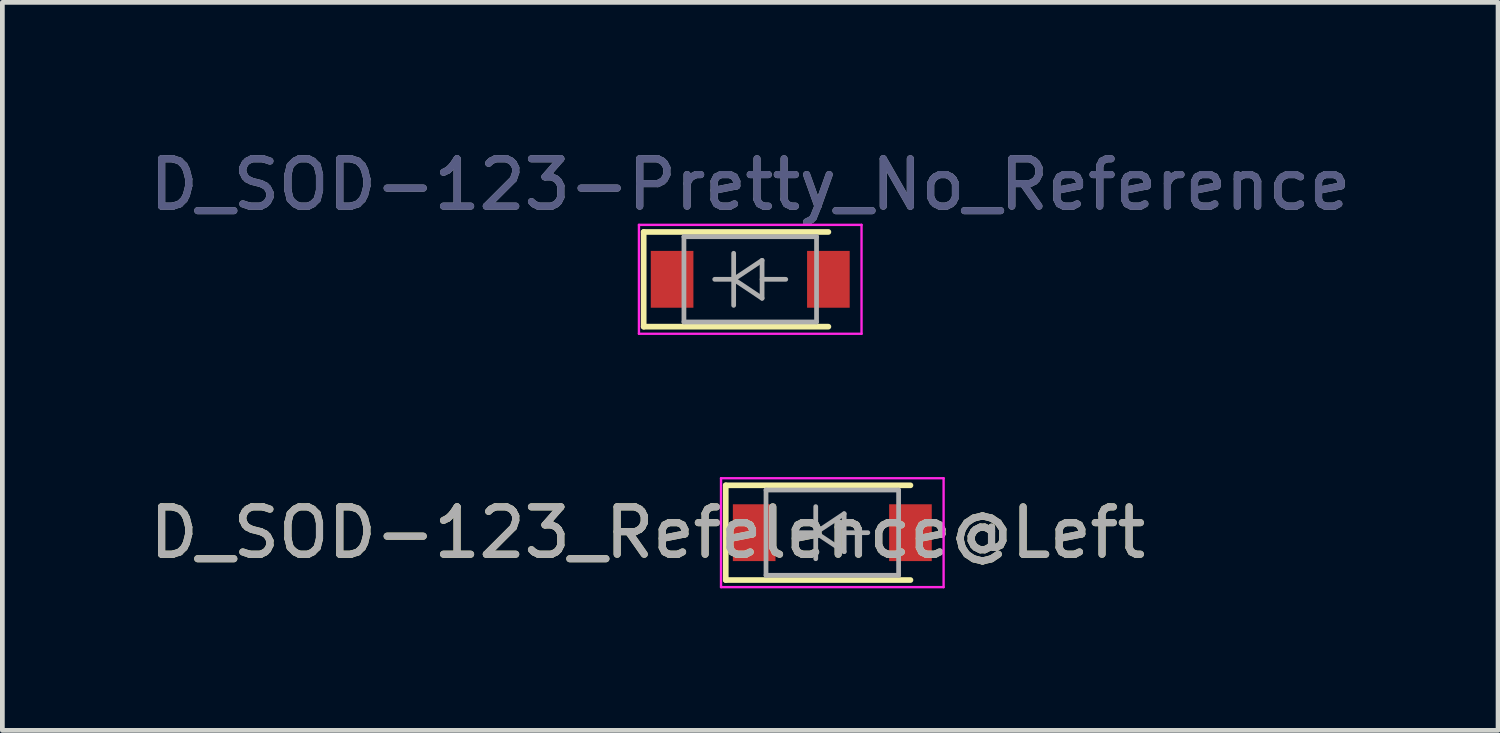
<source format=kicad_pcb>
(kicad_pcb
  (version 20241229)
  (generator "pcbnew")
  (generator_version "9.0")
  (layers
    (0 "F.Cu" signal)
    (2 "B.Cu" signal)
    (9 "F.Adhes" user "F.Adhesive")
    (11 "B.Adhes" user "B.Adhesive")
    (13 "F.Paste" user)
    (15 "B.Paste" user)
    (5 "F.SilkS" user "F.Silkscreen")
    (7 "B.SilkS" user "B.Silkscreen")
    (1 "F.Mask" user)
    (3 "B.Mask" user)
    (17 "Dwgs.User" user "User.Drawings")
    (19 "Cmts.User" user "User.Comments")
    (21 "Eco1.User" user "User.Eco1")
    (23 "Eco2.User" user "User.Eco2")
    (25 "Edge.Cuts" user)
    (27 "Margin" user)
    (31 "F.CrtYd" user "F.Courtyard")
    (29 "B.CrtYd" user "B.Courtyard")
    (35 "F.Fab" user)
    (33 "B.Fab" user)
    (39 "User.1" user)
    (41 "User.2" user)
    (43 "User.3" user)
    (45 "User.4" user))
  (footprint "D_SOD-123-Pretty_No_Reference"
    (layer "F.Cu")
    (at 12.792 2.848)
    (property "Reference" "D_SOD-123-Pretty_No_Reference" (at 0 -2 0) (layer "B.Fab") (effects (font (size 1 1) (thickness 0.15))))
    (attr smd)
    (fp_line (start -2.25 -1) (end -2.25 1) (stroke (width 0.12) (type solid)) (layer "F.SilkS"))
    (fp_line (start -2.25 -1) (end 1.65 -1) (stroke (width 0.12) (type solid)) (layer "F.SilkS"))
    (fp_line (start -2.25 1) (end 1.65 1) (stroke (width 0.12) (type solid)) (layer "F.SilkS"))
    (fp_line (start -2.35 -1.15) (end -2.35 1.15) (stroke (width 0.05) (type solid)) (layer "F.CrtYd"))
    (fp_line (start -2.35 -1.15) (end 2.35 -1.15) (stroke (width 0.05) (type solid)) (layer "F.CrtYd"))
    (fp_line (start 2.35 -1.15) (end 2.35 1.15) (stroke (width 0.05) (type solid)) (layer "F.CrtYd"))
    (fp_line (start 2.35 1.15) (end -2.35 1.15) (stroke (width 0.05) (type solid)) (layer "F.CrtYd"))
    (fp_line (start -1.4 -0.9) (end 1.4 -0.9) (stroke (width 0.1) (type solid)) (layer "F.Fab"))
    (fp_line (start -1.4 0.9) (end -1.4 -0.9) (stroke (width 0.1) (type solid)) (layer "F.Fab"))
    (fp_line (start -0.75 0) (end -0.35 0) (stroke (width 0.1) (type solid)) (layer "F.Fab"))
    (fp_line (start -0.35 0) (end -0.35 -0.55) (stroke (width 0.1) (type solid)) (layer "F.Fab"))
    (fp_line (start -0.35 0) (end -0.35 0.55) (stroke (width 0.1) (type solid)) (layer "F.Fab"))
    (fp_line (start -0.35 0) (end 0.25 -0.4) (stroke (width 0.1) (type solid)) (layer "F.Fab"))
    (fp_line (start 0.25 -0.4) (end 0.25 0.4) (stroke (width 0.1) (type solid)) (layer "F.Fab"))
    (fp_line (start 0.25 0) (end 0.75 0) (stroke (width 0.1) (type solid)) (layer "F.Fab"))
    (fp_line (start 0.25 0.4) (end -0.35 0) (stroke (width 0.1) (type solid)) (layer "F.Fab"))
    (fp_line (start 1.4 -0.9) (end 1.4 0.9) (stroke (width 0.1) (type solid)) (layer "F.Fab"))
    (fp_line (start 1.4 0.9) (end -1.4 0.9) (stroke (width 0.1) (type solid)) (layer "F.Fab"))
    (fp_text user "${REFERENCE}" (at 0 -2 0) (layer "F.Fab") (effects (font (size 1 1) (thickness 0.15))))
    (pad "1" smd rect (at -1.65 0) (size 0.9 1.2) (layers "F.Cu" "F.Mask" "F.Paste"))
    (pad "2" smd rect (at 1.65 0) (size 0.9 1.2) (layers "F.Cu" "F.Mask" "F.Paste")))
  (footprint "D_SOD-123_Refelence@Left"
    (layer "F.Cu")
    (at 14.525 8.198)
    (property "Reference" "D_SOD-123_Refelence@Left" (at -3.9 0 180) (layer "F.SilkS") (effects (font (size 1 1) (thickness 0.15))))
    (attr smd)
    (fp_line (start -2.25 -1) (end -2.25 1) (stroke (width 0.12) (type solid)) (layer "F.SilkS"))
    (fp_line (start -2.25 -1) (end 1.65 -1) (stroke (width 0.12) (type solid)) (layer "F.SilkS"))
    (fp_line (start -2.25 1) (end 1.65 1) (stroke (width 0.12) (type solid)) (layer "F.SilkS"))
    (fp_line (start -2.35 -1.15) (end -2.35 1.15) (stroke (width 0.05) (type solid)) (layer "F.CrtYd"))
    (fp_line (start -2.35 -1.15) (end 2.35 -1.15) (stroke (width 0.05) (type solid)) (layer "F.CrtYd"))
    (fp_line (start 2.35 -1.15) (end 2.35 1.15) (stroke (width 0.05) (type solid)) (layer "F.CrtYd"))
    (fp_line (start 2.35 1.15) (end -2.35 1.15) (stroke (width 0.05) (type solid)) (layer "F.CrtYd"))
    (fp_line (start -1.4 -0.9) (end 1.4 -0.9) (stroke (width 0.1) (type solid)) (layer "F.Fab"))
    (fp_line (start -1.4 0.9) (end -1.4 -0.9) (stroke (width 0.1) (type solid)) (layer "F.Fab"))
    (fp_line (start -0.75 0) (end -0.35 0) (stroke (width 0.1) (type solid)) (layer "F.Fab"))
    (fp_line (start -0.35 0) (end -0.35 -0.55) (stroke (width 0.1) (type solid)) (layer "F.Fab"))
    (fp_line (start -0.35 0) (end -0.35 0.55) (stroke (width 0.1) (type solid)) (layer "F.Fab"))
    (fp_line (start -0.35 0) (end 0.25 -0.4) (stroke (width 0.1) (type solid)) (layer "F.Fab"))
    (fp_line (start 0.25 -0.4) (end 0.25 0.4) (stroke (width 0.1) (type solid)) (layer "F.Fab"))
    (fp_line (start 0.25 0) (end 0.75 0) (stroke (width 0.1) (type solid)) (layer "F.Fab"))
    (fp_line (start 0.25 0.4) (end -0.35 0) (stroke (width 0.1) (type solid)) (layer "F.Fab"))
    (fp_line (start 1.4 -0.9) (end 1.4 0.9) (stroke (width 0.1) (type solid)) (layer "F.Fab"))
    (fp_line (start 1.4 0.9) (end -1.4 0.9) (stroke (width 0.1) (type solid)) (layer "F.Fab"))
    (fp_text user "${REFERENCE}" (at -3.9 0 180) (layer "F.Fab") (effects (font (size 1 1) (thickness 0.15))))
    (pad "1" smd rect (at -1.65 0) (size 0.9 1.2) (layers "F.Cu" "F.Mask" "F.Paste"))
    (pad "2" smd rect (at 1.65 0) (size 0.9 1.2) (layers "F.Cu" "F.Mask" "F.Paste")))
  (gr_rect
    (start -3 -3)
    (end 28.583 12.373)
    (stroke (width 0.1) (type default))
    (fill no)
    (layer "Edge.Cuts")))
</source>
